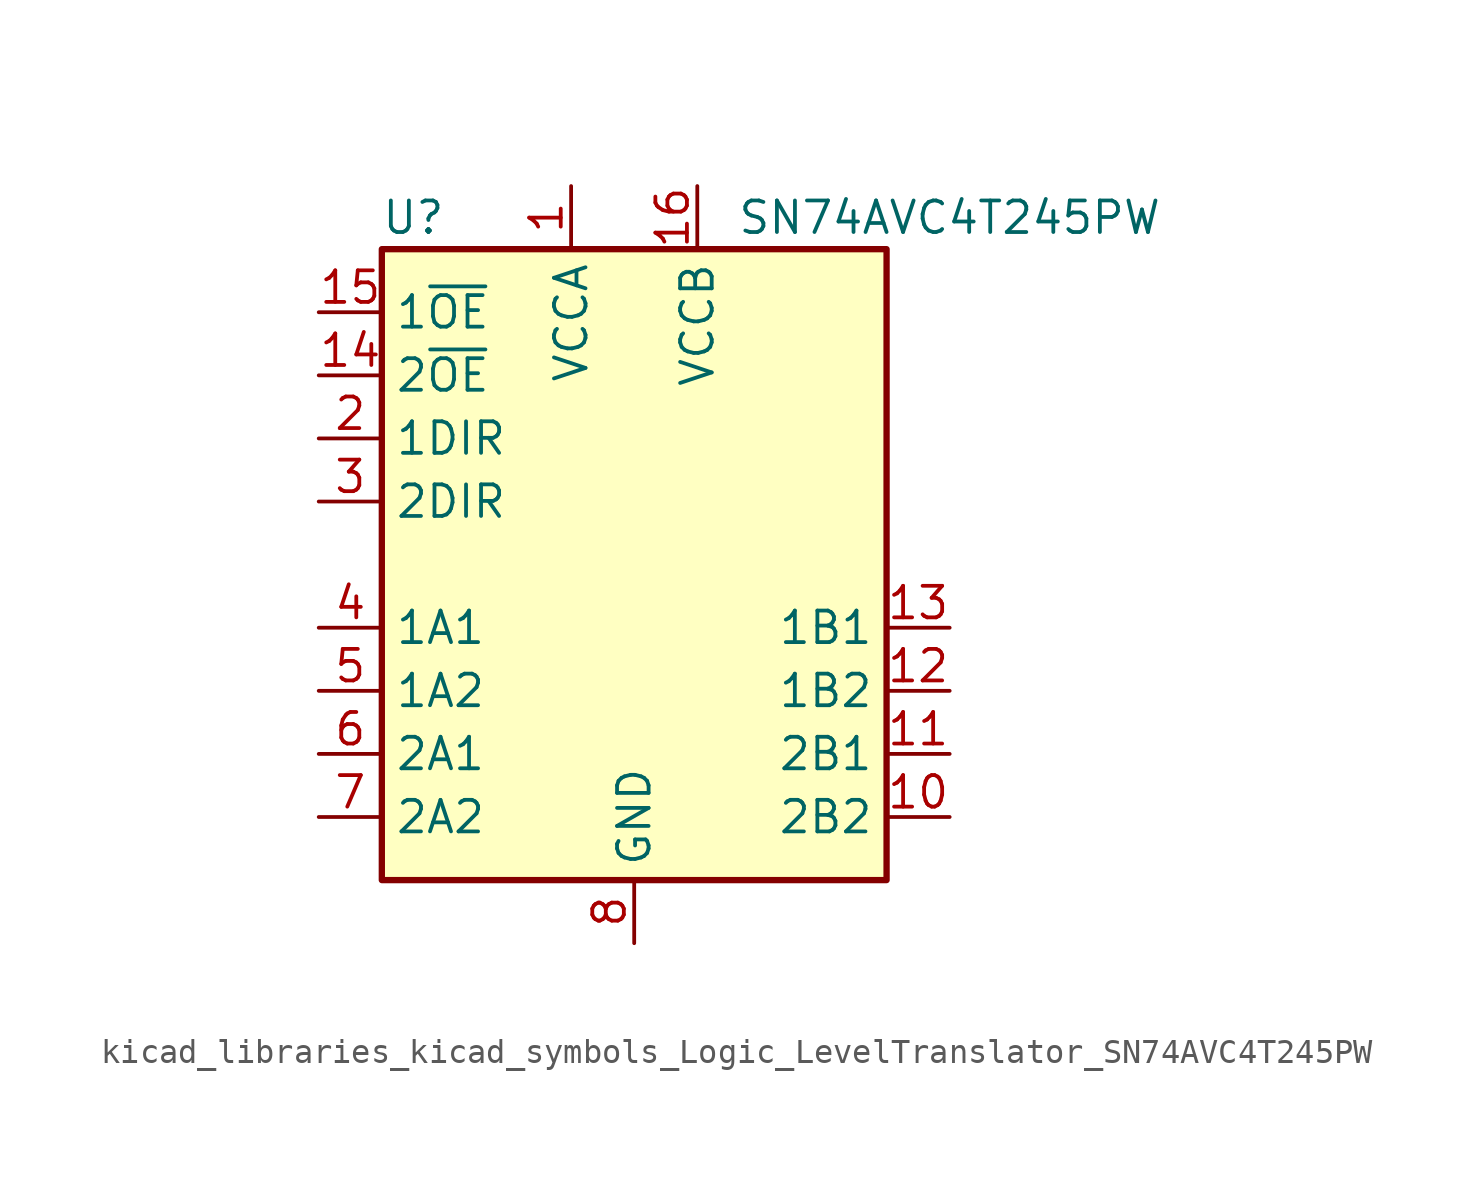
<source format=kicad_sym>
(kicad_symbol_lib
  (version 20220914)
  (generator kicad_symbol_editor)
  (symbol "kicad_libraries_kicad_symbols_Logic_LevelTranslator_SN74AVC4T245PW"
    (property "Reference" "U"
      (at -8.89 13.97 0)
      (effects (font (size 1.27 1.27))))
    (property "Value" "SN74AVC4T245PW"
      (at 12.7 13.97 0)
      (effects (font (size 1.27 1.27))))
    (symbol "kicad_libraries_kicad_symbols_Logic_LevelTranslator_SN74AVC4T245PW_0_1"
      (rectangle (start -10.16 12.7) (end 10.16 -12.7) (stroke (width 0.254) (type default)) (fill (type background))))
    (symbol "kicad_libraries_kicad_symbols_Logic_LevelTranslator_SN74AVC4T245PW_1_1"
      (pin power_in line (at -2.54 15.24 270) (length 2.54) (name "VCCA" (effects (font (size 1.27 1.27)))) (number "1" (effects (font (size 1.27 1.27)))))
      (pin bidirectional line (at 12.7 -10.16 180) (length 2.54) (name "2B2" (effects (font (size 1.27 1.27)))) (number "10" (effects (font (size 1.27 1.27)))))
      (pin bidirectional line (at 12.7 -7.62 180) (length 2.54) (name "2B1" (effects (font (size 1.27 1.27)))) (number "11" (effects (font (size 1.27 1.27)))))
      (pin bidirectional line (at 12.7 -5.08 180) (length 2.54) (name "1B2" (effects (font (size 1.27 1.27)))) (number "12" (effects (font (size 1.27 1.27)))))
      (pin bidirectional line (at 12.7 -2.54 180) (length 2.54) (name "1B1" (effects (font (size 1.27 1.27)))) (number "13" (effects (font (size 1.27 1.27)))))
      (pin input line (at -12.7 7.62 0) (length 2.54) (name "2~{OE}" (effects (font (size 1.27 1.27)))) (number "14" (effects (font (size 1.27 1.27)))))
      (pin input line (at -12.7 10.16 0) (length 2.54) (name "1~{OE}" (effects (font (size 1.27 1.27)))) (number "15" (effects (font (size 1.27 1.27)))))
      (pin power_in line (at 2.54 15.24 270) (length 2.54) (name "VCCB" (effects (font (size 1.27 1.27)))) (number "16" (effects (font (size 1.27 1.27)))))
      (pin input line (at -12.7 5.08 0) (length 2.54) (name "1DIR" (effects (font (size 1.27 1.27)))) (number "2" (effects (font (size 1.27 1.27)))))
      (pin input line (at -12.7 2.54 0) (length 2.54) (name "2DIR" (effects (font (size 1.27 1.27)))) (number "3" (effects (font (size 1.27 1.27)))))
      (pin bidirectional line (at -12.7 -2.54 0) (length 2.54) (name "1A1" (effects (font (size 1.27 1.27)))) (number "4" (effects (font (size 1.27 1.27)))))
      (pin bidirectional line (at -12.7 -5.08 0) (length 2.54) (name "1A2" (effects (font (size 1.27 1.27)))) (number "5" (effects (font (size 1.27 1.27)))))
      (pin bidirectional line (at -12.7 -7.62 0) (length 2.54) (name "2A1" (effects (font (size 1.27 1.27)))) (number "6" (effects (font (size 1.27 1.27)))))
      (pin bidirectional line (at -12.7 -10.16 0) (length 2.54) (name "2A2" (effects (font (size 1.27 1.27)))) (number "7" (effects (font (size 1.27 1.27)))))
      (pin power_in line (at 0 -15.24 90) (length 2.54) (name "GND" (effects (font (size 1.27 1.27)))) (number "8" (effects (font (size 1.27 1.27)))))
      (pin passive line (at 0 -15.24 90) (length 2.54) hide (name "GND" (effects (font (size 1.27 1.27)))) (number "9" (effects (font (size 1.27 1.27))))))))
</source>
